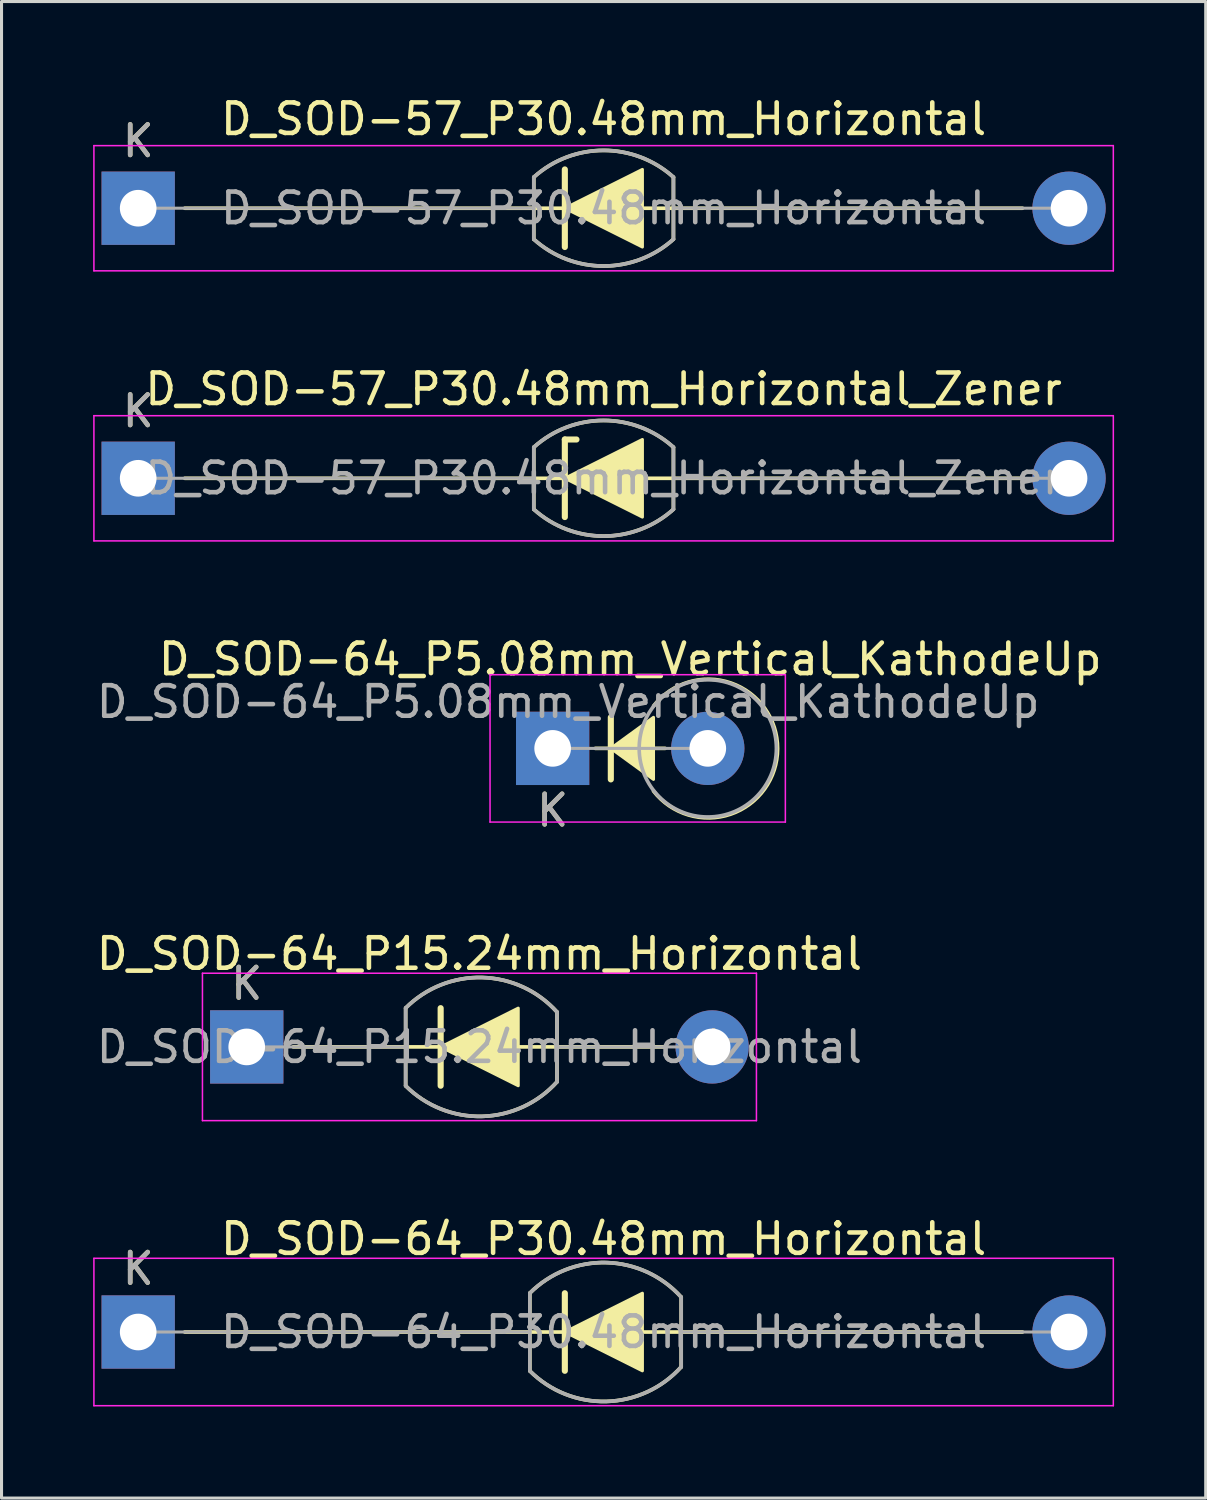
<source format=kicad_pcb>
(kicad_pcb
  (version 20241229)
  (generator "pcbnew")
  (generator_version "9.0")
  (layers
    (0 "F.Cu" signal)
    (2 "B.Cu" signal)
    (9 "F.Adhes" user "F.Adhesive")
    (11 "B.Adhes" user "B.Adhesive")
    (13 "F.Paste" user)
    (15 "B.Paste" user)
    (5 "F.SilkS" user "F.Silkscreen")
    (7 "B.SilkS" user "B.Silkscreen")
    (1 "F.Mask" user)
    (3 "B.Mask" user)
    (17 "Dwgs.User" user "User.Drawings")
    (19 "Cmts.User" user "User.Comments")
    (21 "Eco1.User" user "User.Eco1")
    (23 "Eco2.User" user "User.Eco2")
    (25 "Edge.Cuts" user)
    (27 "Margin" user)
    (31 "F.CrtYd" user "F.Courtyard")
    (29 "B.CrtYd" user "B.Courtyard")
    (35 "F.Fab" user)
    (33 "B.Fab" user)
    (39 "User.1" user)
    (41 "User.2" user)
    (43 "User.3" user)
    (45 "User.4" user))
  (footprint "D_SOD-64_P5.08mm_Vertical_KathodeUp"
    (layer "F.Cu")
    (at 15.046 21.455)
    (property "Reference" "D_SOD-64_P5.08mm_Vertical_KathodeUp" (at 2.54 -2.92 0) (layer "F.SilkS") (effects (font (size 1 1) (thickness 0.15))))
    (attr through_hole)
    (fp_line (start 1.397 0) (end 2.413 0) (stroke (width 0.12) (type solid)) (layer "F.SilkS"))
    (fp_line (start 1.905 -1.016) (end 1.905 1.016) (stroke (width 0.2) (type solid)) (layer "F.SilkS"))
    (fp_line (start 1.92 0) (end 3.683 0) (stroke (width 0.12) (type solid)) (layer "F.SilkS"))
    (fp_arc (start 3.307539 -1.392669) (mid 7.36629 0.01023) (end 3.302 1.397) (stroke (width 0.12) (type solid)) (layer "F.SilkS"))
    (fp_poly (pts (xy 3.302 1.016) (xy 1.905 0) (xy 3.302 -1.016)) (stroke (width 0.1) (type solid)) (fill yes) (layer "F.SilkS"))
    (fp_line (start -2.05 -2.413) (end -2.05 2.413) (stroke (width 0.05) (type solid)) (layer "F.CrtYd"))
    (fp_line (start -2.05 2.413) (end 7.62 2.413) (stroke (width 0.05) (type solid)) (layer "F.CrtYd"))
    (fp_line (start 7.62 -2.413) (end -2.05 -2.413) (stroke (width 0.05) (type solid)) (layer "F.CrtYd"))
    (fp_line (start 7.62 2.413) (end 7.62 -2.413) (stroke (width 0.05) (type solid)) (layer "F.CrtYd"))
    (fp_line (start 0 0) (end 5.08 0) (stroke (width 0.1) (type solid)) (layer "F.Fab"))
    (fp_circle (center 5.08 0) (end 3.429 -1.524) (stroke (width 0.12) (type solid)) (fill no) (layer "F.Fab"))
    (fp_text user "K" (at 0 2.032 0) (layer "F.SilkS") (effects (font (size 1 1) (thickness 0.15))))
    (fp_text user "${REFERENCE}" (at 0.508 -1.524 0) (layer "F.Fab") (effects (font (size 1 1) (thickness 0.15))))
    (fp_text user "K" (at 0 2.032 0) (layer "F.Fab") (effects (font (size 1 1) (thickness 0.15))))
    (pad "1" thru_hole rect (at 0 0) (size 2.4 2.4) (drill 1.2) (layers "*.Cu" "*.Mask"))
    (pad "2" thru_hole oval (at 5.08 0) (size 2.4 2.4) (drill 1.2) (layers "*.Cu" "*.Mask")))
  (footprint "D_SOD-57_P30.48mm_Horizontal_Zener"
    (layer "F.Cu")
    (at 1.475 12.611)
    (property "Reference" "D_SOD-57_P30.48mm_Horizontal_Zener" (at 15.24 -2.92 0) (layer "F.SilkS") (effects (font (size 1 1) (thickness 0.15))))
    (attr through_hole)
    (fp_line (start 1.524 0) (end 28.956 0) (stroke (width 0.12) (type solid)) (layer "F.SilkS"))
    (fp_line (start 12.954 -1.016) (end 12.954 1.016) (stroke (width 0.12) (type solid)) (layer "F.SilkS"))
    (fp_line (start 13.97 -1.27) (end 14.351 -1.27) (stroke (width 0.2) (type solid)) (layer "F.SilkS"))
    (fp_line (start 13.97 1.27) (end 13.97 -1.27) (stroke (width 0.2) (type solid)) (layer "F.SilkS"))
    (fp_line (start 17.526 -1.016) (end 17.526 1.016) (stroke (width 0.12) (type solid)) (layer "F.SilkS"))
    (fp_arc (start 12.954 -1.016) (mid 15.239999 -1.89322) (end 17.525998 -1.016) (stroke (width 0.12) (type solid)) (layer "F.SilkS"))
    (fp_arc (start 17.526 1.016) (mid 15.240001 1.89322) (end 12.954002 1.016) (stroke (width 0.12) (type solid)) (layer "F.SilkS"))
    (fp_poly (pts (xy 16.51 1.27) (xy 13.97 0) (xy 16.51 -1.27)) (stroke (width 0.1) (type solid)) (fill yes) (layer "F.SilkS"))
    (fp_line (start -1.45 -2.05) (end -1.45 2.05) (stroke (width 0.05) (type solid)) (layer "F.CrtYd"))
    (fp_line (start -1.45 2.05) (end 31.93 2.05) (stroke (width 0.05) (type solid)) (layer "F.CrtYd"))
    (fp_line (start 31.93 -2.05) (end -1.45 -2.05) (stroke (width 0.05) (type solid)) (layer "F.CrtYd"))
    (fp_line (start 31.93 2.05) (end 31.93 -2.05) (stroke (width 0.05) (type solid)) (layer "F.CrtYd"))
    (fp_line (start 0 0) (end 12.954 0) (stroke (width 0.1) (type solid)) (layer "F.Fab"))
    (fp_line (start 12.954 -1.016) (end 12.954 1.016) (stroke (width 0.12) (type solid)) (layer "F.Fab"))
    (fp_line (start 17.526 -1.016) (end 17.526 1.016) (stroke (width 0.12) (type solid)) (layer "F.Fab"))
    (fp_line (start 30.48 0) (end 17.526 0) (stroke (width 0.1) (type solid)) (layer "F.Fab"))
    (fp_arc (start 12.954 -1.016) (mid 15.24037 -1.894241) (end 17.527132 -1.017021) (stroke (width 0.12) (type solid)) (layer "F.Fab"))
    (fp_arc (start 17.527134 1.014979) (mid 15.240764 1.89322) (end 12.954002 1.016) (stroke (width 0.12) (type solid)) (layer "F.Fab"))
    (fp_text user "K" (at 0 -2.2 0) (layer "F.SilkS") (effects (font (size 1 1) (thickness 0.15))))
    (fp_text user "${REFERENCE}" (at 15.24 0 0) (layer "F.Fab") (effects (font (size 1 1) (thickness 0.15))))
    (fp_text user "K" (at 0 -2.2 0) (layer "F.Fab") (effects (font (size 1 1) (thickness 0.15))))
    (pad "1" thru_hole rect (at 0 0) (size 2.4 2.4) (drill 1.2) (layers "*.Cu" "*.Mask"))
    (pad "2" thru_hole oval (at 30.48 0) (size 2.4 2.4) (drill 1.2) (layers "*.Cu" "*.Mask")))
  (footprint "D_SOD-57_P30.48mm_Horizontal"
    (layer "F.Cu")
    (at 1.475 3.768)
    (property "Reference" "D_SOD-57_P30.48mm_Horizontal" (at 15.24 -2.92 0) (layer "F.SilkS") (effects (font (size 1 1) (thickness 0.15))))
    (attr through_hole)
    (fp_line (start 1.524 0) (end 28.956 0) (stroke (width 0.12) (type solid)) (layer "F.SilkS"))
    (fp_line (start 12.954 -1.016) (end 12.954 1.016) (stroke (width 0.12) (type solid)) (layer "F.SilkS"))
    (fp_line (start 13.97 1.27) (end 13.97 -1.27) (stroke (width 0.2) (type solid)) (layer "F.SilkS"))
    (fp_line (start 17.526 -1.016) (end 17.526 1.016) (stroke (width 0.12) (type solid)) (layer "F.SilkS"))
    (fp_arc (start 12.954 -1.016) (mid 15.239999 -1.89322) (end 17.525998 -1.016) (stroke (width 0.12) (type solid)) (layer "F.SilkS"))
    (fp_arc (start 17.526 1.016) (mid 15.240001 1.89322) (end 12.954002 1.016) (stroke (width 0.12) (type solid)) (layer "F.SilkS"))
    (fp_poly (pts (xy 16.51 1.27) (xy 13.97 0) (xy 16.51 -1.27)) (stroke (width 0.1) (type solid)) (fill yes) (layer "F.SilkS"))
    (fp_line (start -1.45 -2.05) (end -1.45 2.05) (stroke (width 0.05) (type solid)) (layer "F.CrtYd"))
    (fp_line (start -1.45 2.05) (end 31.93 2.05) (stroke (width 0.05) (type solid)) (layer "F.CrtYd"))
    (fp_line (start 31.93 -2.05) (end -1.45 -2.05) (stroke (width 0.05) (type solid)) (layer "F.CrtYd"))
    (fp_line (start 31.93 2.05) (end 31.93 -2.05) (stroke (width 0.05) (type solid)) (layer "F.CrtYd"))
    (fp_line (start 0 0) (end 12.954 0) (stroke (width 0.1) (type solid)) (layer "F.Fab"))
    (fp_line (start 12.954 -1.016) (end 12.954 1.016) (stroke (width 0.12) (type solid)) (layer "F.Fab"))
    (fp_line (start 17.526 -1.016) (end 17.526 1.016) (stroke (width 0.12) (type solid)) (layer "F.Fab"))
    (fp_line (start 30.48 0) (end 17.526 0) (stroke (width 0.1) (type solid)) (layer "F.Fab"))
    (fp_arc (start 12.954 -1.016) (mid 15.24037 -1.894241) (end 17.527132 -1.017021) (stroke (width 0.12) (type solid)) (layer "F.Fab"))
    (fp_arc (start 17.527134 1.014979) (mid 15.240764 1.89322) (end 12.954002 1.016) (stroke (width 0.12) (type solid)) (layer "F.Fab"))
    (fp_text user "K" (at 0 -2.2 0) (layer "F.SilkS") (effects (font (size 1 1) (thickness 0.15))))
    (fp_text user "${REFERENCE}" (at 15.24 0 0) (layer "F.Fab") (effects (font (size 1 1) (thickness 0.15))))
    (fp_text user "K" (at 0 -2.2 0) (layer "F.Fab") (effects (font (size 1 1) (thickness 0.15))))
    (pad "1" thru_hole rect (at 0 0) (size 2.4 2.4) (drill 1.2) (layers "*.Cu" "*.Mask"))
    (pad "2" thru_hole oval (at 30.48 0) (size 2.4 2.4) (drill 1.2) (layers "*.Cu" "*.Mask")))
  (footprint "D_SOD-64_P30.48mm_Horizontal"
    (layer "F.Cu")
    (at 1.475 40.566)
    (property "Reference" "D_SOD-64_P30.48mm_Horizontal" (at 15.24 -3.048 0) (layer "F.SilkS") (effects (font (size 1 1) (thickness 0.15))))
    (attr through_hole)
    (fp_line (start 1.524 0) (end 28.956 0) (stroke (width 0.12) (type solid)) (layer "F.SilkS"))
    (fp_line (start 12.824 1.27) (end 12.824 -1.273) (stroke (width 0.12) (type solid)) (layer "F.SilkS"))
    (fp_line (start 13.97 1.27) (end 13.97 -1.27) (stroke (width 0.2) (type solid)) (layer "F.SilkS"))
    (fp_line (start 17.78 -1.143) (end 17.78 1.143) (stroke (width 0.12) (type solid)) (layer "F.SilkS"))
    (fp_arc (start 12.82366 -1.27334) (mid 15.329833 -2.273039) (end 17.779998 -1.143) (stroke (width 0.12) (type solid)) (layer "F.SilkS"))
    (fp_arc (start 17.78 1.143) (mid 15.330216 2.273029) (end 12.824202 1.273879) (stroke (width 0.12) (type solid)) (layer "F.SilkS"))
    (fp_poly (pts (xy 16.51 1.27) (xy 13.97 0) (xy 16.51 -1.27)) (stroke (width 0.1) (type solid)) (fill yes) (layer "F.SilkS"))
    (fp_line (start -1.45 -2.413) (end -1.45 2.413) (stroke (width 0.05) (type solid)) (layer "F.CrtYd"))
    (fp_line (start -1.45 2.413) (end 31.93 2.413) (stroke (width 0.05) (type solid)) (layer "F.CrtYd"))
    (fp_line (start 31.93 -2.413) (end -1.45 -2.413) (stroke (width 0.05) (type solid)) (layer "F.CrtYd"))
    (fp_line (start 31.93 2.413) (end 31.93 -2.413) (stroke (width 0.05) (type solid)) (layer "F.CrtYd"))
    (fp_line (start 0 0) (end 12.824 0.000269) (stroke (width 0.1) (type solid)) (layer "F.Fab"))
    (fp_line (start 12.824 1.274) (end 12.824 -1.273) (stroke (width 0.12) (type solid)) (layer "F.Fab"))
    (fp_line (start 17.78 -1.143) (end 17.78 1.143) (stroke (width 0.12) (type solid)) (layer "F.Fab"))
    (fp_line (start 30.48 0) (end 17.78 0) (stroke (width 0.1) (type solid)) (layer "F.Fab"))
    (fp_arc (start 12.8242 -1.273879) (mid 15.330214 -2.273029) (end 17.779998 -1.143) (stroke (width 0.12) (type solid)) (layer "F.Fab"))
    (fp_arc (start 17.78 1.143) (mid 15.330216 2.273029) (end 12.824202 1.273879) (stroke (width 0.12) (type solid)) (layer "F.Fab"))
    (fp_text user "K" (at 0 -2.073 0) (layer "F.SilkS") (effects (font (size 1 1) (thickness 0.15))))
    (fp_text user "${REFERENCE}" (at 15.24 0 0) (layer "F.Fab") (effects (font (size 1 1) (thickness 0.15))))
    (fp_text user "K" (at 0 -2.073 0) (layer "F.Fab") (effects (font (size 1 1) (thickness 0.15))))
    (pad "1" thru_hole rect (at 0 0) (size 2.4 2.4) (drill 1.2) (layers "*.Cu" "*.Mask"))
    (pad "2" thru_hole oval (at 30.48 0) (size 2.4 2.4) (drill 1.2) (layers "*.Cu" "*.Mask")))
  (footprint "D_SOD-64_P15.24mm_Horizontal"
    (layer "F.Cu")
    (at 5.029 31.231)
    (property "Reference" "D_SOD-64_P15.24mm_Horizontal" (at 7.62 -3.048 0) (layer "F.SilkS") (effects (font (size 1 1) (thickness 0.15))))
    (attr through_hole)
    (fp_line (start 1.524 0) (end 13.716 0) (stroke (width 0.12) (type solid)) (layer "F.SilkS"))
    (fp_line (start 5.204 1.27) (end 5.204 -1.273) (stroke (width 0.12) (type solid)) (layer "F.SilkS"))
    (fp_line (start 6.35 1.27) (end 6.35 -1.27) (stroke (width 0.2) (type solid)) (layer "F.SilkS"))
    (fp_line (start 10.16 -1.143) (end 10.16 1.143) (stroke (width 0.12) (type solid)) (layer "F.SilkS"))
    (fp_arc (start 5.20366 -1.27334) (mid 7.709833 -2.273039) (end 10.159998 -1.143) (stroke (width 0.12) (type solid)) (layer "F.SilkS"))
    (fp_arc (start 10.16 1.143) (mid 7.710216 2.273029) (end 5.204202 1.273879) (stroke (width 0.12) (type solid)) (layer "F.SilkS"))
    (fp_poly (pts (xy 8.89 1.27) (xy 6.35 0) (xy 8.89 -1.27)) (stroke (width 0.1) (type solid)) (fill yes) (layer "F.SilkS"))
    (fp_line (start -1.45 -2.413) (end -1.45 2.413) (stroke (width 0.05) (type solid)) (layer "F.CrtYd"))
    (fp_line (start -1.45 2.413) (end 16.69 2.413) (stroke (width 0.05) (type solid)) (layer "F.CrtYd"))
    (fp_line (start 16.69 -2.413) (end -1.45 -2.413) (stroke (width 0.05) (type solid)) (layer "F.CrtYd"))
    (fp_line (start 16.69 2.413) (end 16.69 -2.413) (stroke (width 0.05) (type solid)) (layer "F.CrtYd"))
    (fp_line (start 0 0) (end 5.204 0.000269) (stroke (width 0.1) (type solid)) (layer "F.Fab"))
    (fp_line (start 5.204 1.274) (end 5.204 -1.273) (stroke (width 0.12) (type solid)) (layer "F.Fab"))
    (fp_line (start 10.16 -1.143) (end 10.16 1.143) (stroke (width 0.12) (type solid)) (layer "F.Fab"))
    (fp_line (start 15.24 0) (end 10.16 0) (stroke (width 0.1) (type solid)) (layer "F.Fab"))
    (fp_arc (start 5.2042 -1.273879) (mid 7.710214 -2.273029) (end 10.159998 -1.143) (stroke (width 0.12) (type solid)) (layer "F.Fab"))
    (fp_arc (start 10.16 1.143) (mid 7.710216 2.273029) (end 5.204202 1.273879) (stroke (width 0.12) (type solid)) (layer "F.Fab"))
    (fp_text user "K" (at 0 -2.073 0) (layer "F.SilkS") (effects (font (size 1 1) (thickness 0.15))))
    (fp_text user "K" (at 0 -2.073 0) (layer "F.Fab") (effects (font (size 1 1) (thickness 0.15))))
    (fp_text user "${REFERENCE}" (at 7.62 0 0) (layer "F.Fab") (effects (font (size 1 1) (thickness 0.15))))
    (pad "1" thru_hole rect (at 0 0) (size 2.4 2.4) (drill 1.2) (layers "*.Cu" "*.Mask"))
    (pad "2" thru_hole oval (at 15.24 0) (size 2.4 2.4) (drill 1.2) (layers "*.Cu" "*.Mask")))
  (gr_rect
    (start -3 -3)
    (end 36.43 46.004)
    (stroke (width 0.1) (type default))
    (fill no)
    (layer "Edge.Cuts")))
</source>
